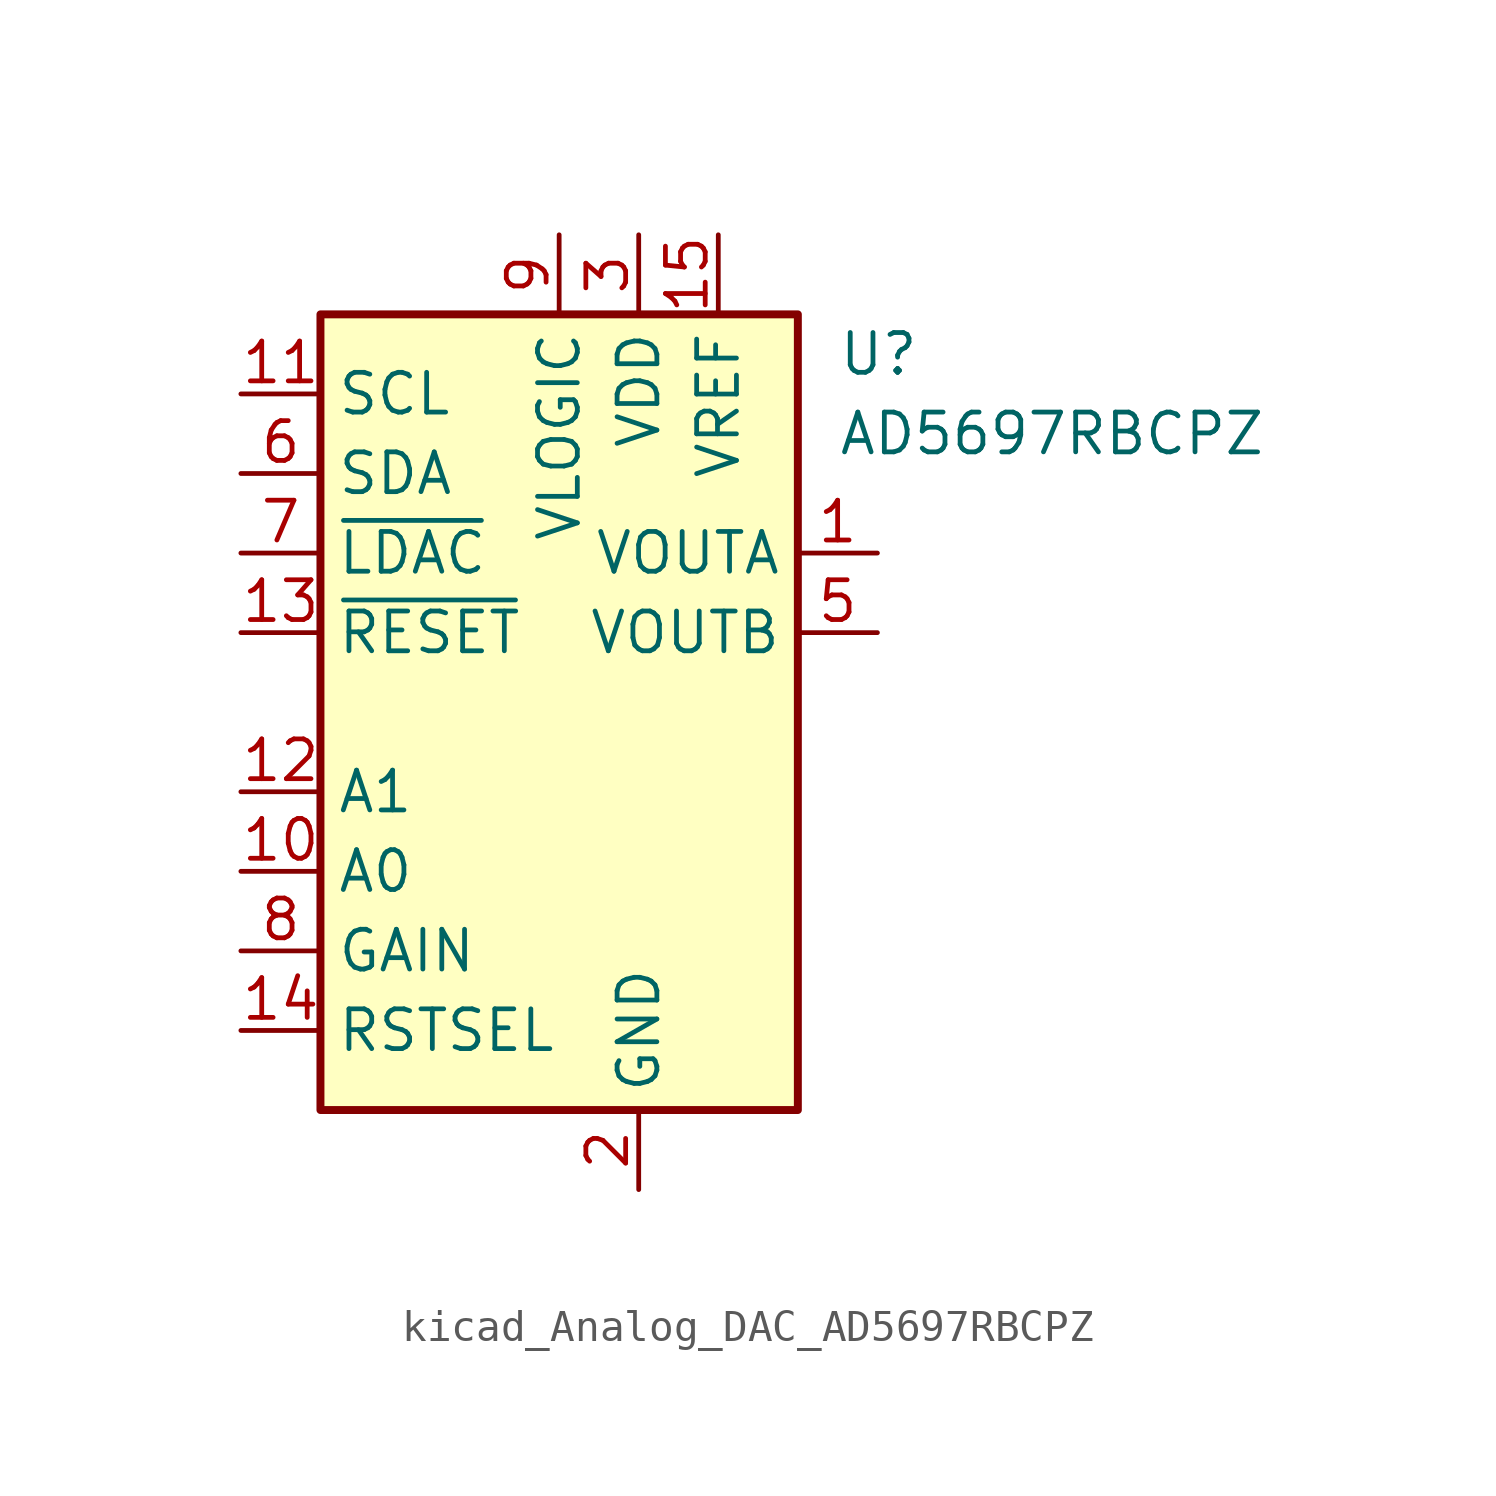
<source format=kicad_sym>
(kicad_symbol_lib
  (version 20220914)
  (generator kicad_symbol_editor)
  (symbol "kicad_Analog_DAC_AD5697RBCPZ"
    (property "Reference" "U"
      (at 8.89 11.43 0)
      (effects (font (size 1.27 1.27)) (justify left)))
    (property "Value" "AD5697RBCPZ"
      (at 8.89 8.89 0)
      (effects (font (size 1.27 1.27)) (justify left)))
    (symbol "kicad_Analog_DAC_AD5697RBCPZ_0_1"
      (rectangle (start -7.62 12.7) (end 7.62 -12.7) (stroke (width 0.254) (type default)) (fill (type background))))
    (symbol "kicad_Analog_DAC_AD5697RBCPZ_1_1"
      (pin output line (at 10.16 5.08 180) (length 2.54) (name "VOUTA" (effects (font (size 1.27 1.27)))) (number "1" (effects (font (size 1.27 1.27)))))
      (pin input line (at -10.16 -5.08 0) (length 2.54) (name "A0" (effects (font (size 1.27 1.27)))) (number "10" (effects (font (size 1.27 1.27)))))
      (pin input line (at -10.16 10.16 0) (length 2.54) (name "SCL" (effects (font (size 1.27 1.27)))) (number "11" (effects (font (size 1.27 1.27)))))
      (pin input line (at -10.16 -2.54 0) (length 2.54) (name "A1" (effects (font (size 1.27 1.27)))) (number "12" (effects (font (size 1.27 1.27)))))
      (pin input line (at -10.16 2.54 0) (length 2.54) (name "~{RESET}" (effects (font (size 1.27 1.27)))) (number "13" (effects (font (size 1.27 1.27)))))
      (pin input line (at -10.16 -10.16 0) (length 2.54) (name "RSTSEL" (effects (font (size 1.27 1.27)))) (number "14" (effects (font (size 1.27 1.27)))))
      (pin power_in line (at 5.08 15.24 270) (length 2.54) (name "VREF" (effects (font (size 1.27 1.27)))) (number "15" (effects (font (size 1.27 1.27)))))
      (pin no_connect line (at 7.62 -5.08 180) (length 2.54) hide (name "NC" (effects (font (size 1.27 1.27)))) (number "16" (effects (font (size 1.27 1.27)))))
      (pin passive line (at 2.54 -15.24 90) (length 2.54) hide (name "GND" (effects (font (size 1.27 1.27)))) (number "17" (effects (font (size 1.27 1.27)))))
      (pin power_in line (at 2.54 -15.24 90) (length 2.54) (name "GND" (effects (font (size 1.27 1.27)))) (number "2" (effects (font (size 1.27 1.27)))))
      (pin power_in line (at 2.54 15.24 270) (length 2.54) (name "VDD" (effects (font (size 1.27 1.27)))) (number "3" (effects (font (size 1.27 1.27)))))
      (pin no_connect line (at 7.62 -7.62 180) (length 2.54) hide (name "NC" (effects (font (size 1.27 1.27)))) (number "4" (effects (font (size 1.27 1.27)))))
      (pin output line (at 10.16 2.54 180) (length 2.54) (name "VOUTB" (effects (font (size 1.27 1.27)))) (number "5" (effects (font (size 1.27 1.27)))))
      (pin bidirectional line (at -10.16 7.62 0) (length 2.54) (name "SDA" (effects (font (size 1.27 1.27)))) (number "6" (effects (font (size 1.27 1.27)))))
      (pin input line (at -10.16 5.08 0) (length 2.54) (name "~{LDAC}" (effects (font (size 1.27 1.27)))) (number "7" (effects (font (size 1.27 1.27)))))
      (pin input line (at -10.16 -7.62 0) (length 2.54) (name "GAIN" (effects (font (size 1.27 1.27)))) (number "8" (effects (font (size 1.27 1.27)))))
      (pin power_in line (at 0 15.24 270) (length 2.54) (name "VLOGIC" (effects (font (size 1.27 1.27)))) (number "9" (effects (font (size 1.27 1.27))))))))
</source>
